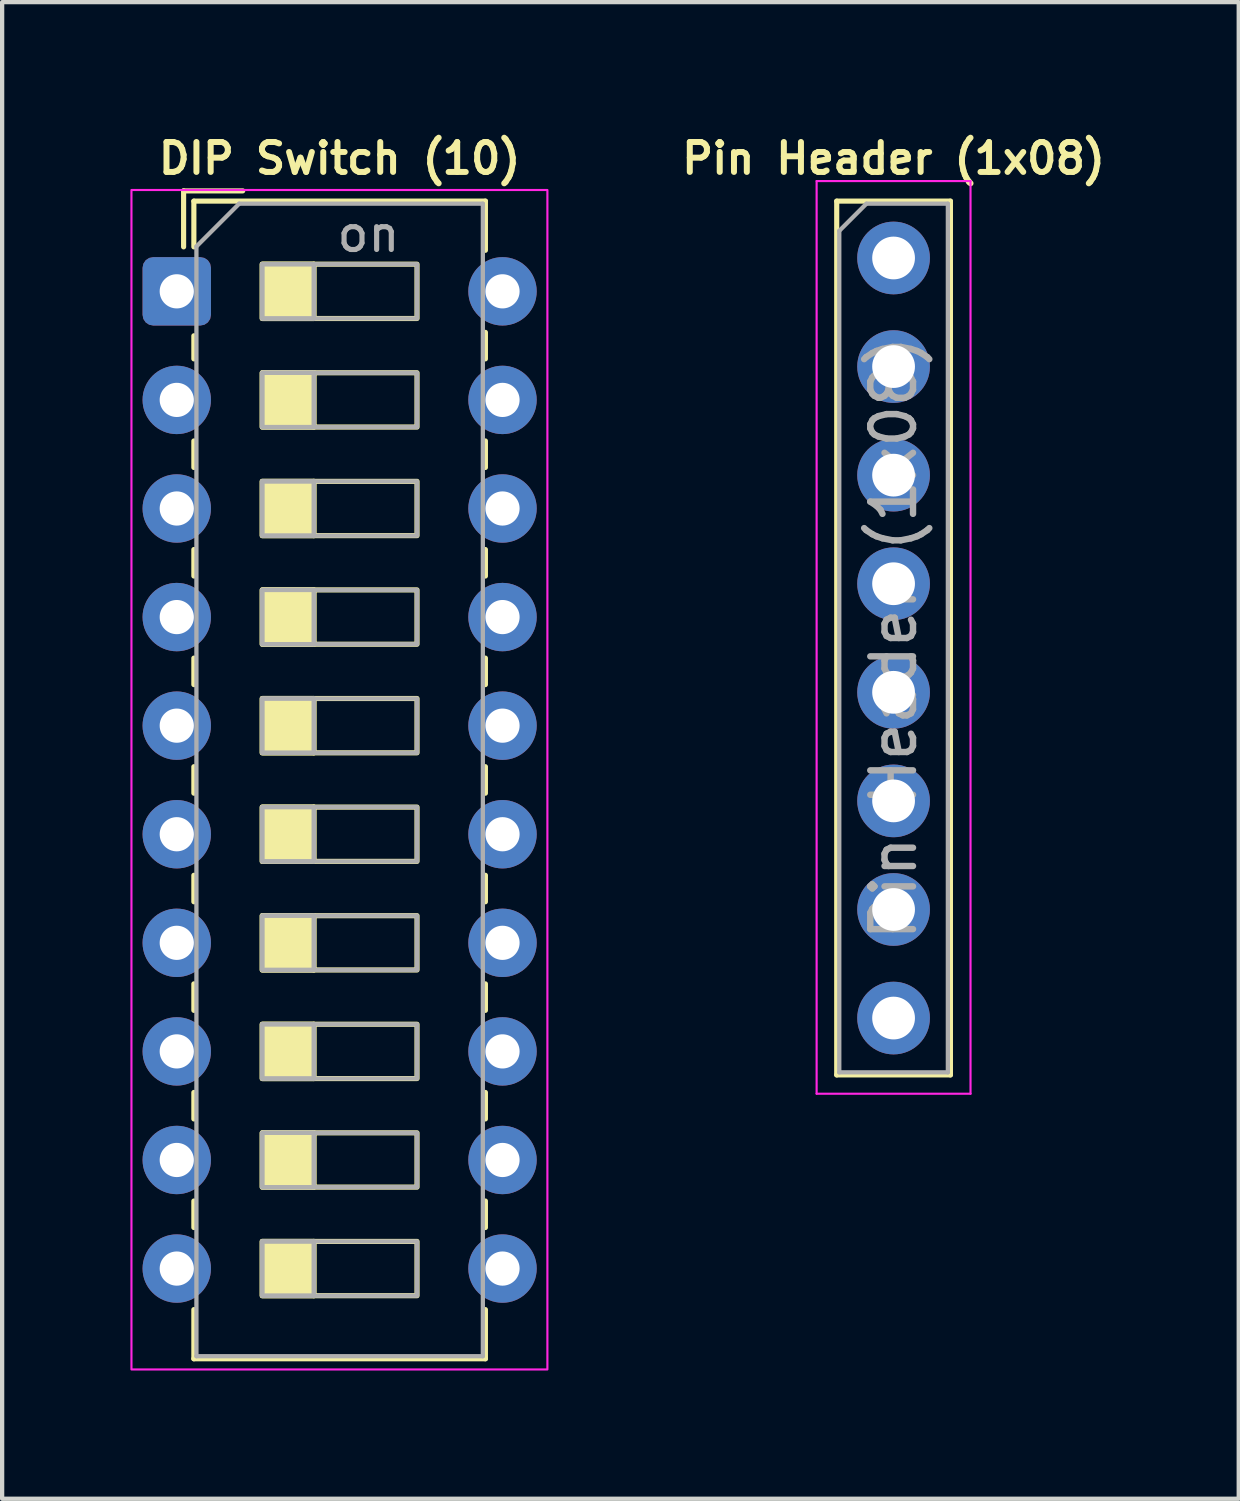
<source format=kicad_pcb>
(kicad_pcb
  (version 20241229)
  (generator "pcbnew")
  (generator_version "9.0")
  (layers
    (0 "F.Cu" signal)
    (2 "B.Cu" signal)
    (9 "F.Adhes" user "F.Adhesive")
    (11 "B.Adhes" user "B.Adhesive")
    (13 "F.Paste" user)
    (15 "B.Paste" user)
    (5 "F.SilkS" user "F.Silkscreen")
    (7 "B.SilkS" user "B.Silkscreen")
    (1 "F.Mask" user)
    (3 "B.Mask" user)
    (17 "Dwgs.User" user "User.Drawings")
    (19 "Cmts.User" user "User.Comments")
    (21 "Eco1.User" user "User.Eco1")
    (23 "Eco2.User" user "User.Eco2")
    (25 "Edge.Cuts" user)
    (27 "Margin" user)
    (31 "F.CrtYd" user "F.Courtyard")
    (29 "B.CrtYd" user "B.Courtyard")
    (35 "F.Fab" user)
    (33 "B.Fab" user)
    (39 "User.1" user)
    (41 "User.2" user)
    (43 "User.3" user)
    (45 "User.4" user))
  (footprint "Pin Header (1x08)"
    (layer "F.Cu")
    (at 17.853 2.985)
    (property "Reference" "Pin Header (1x08)" (at 0 -2.33 0) (layer "F.SilkS") (effects (font (size 0.7 0.7) (thickness 0.14) (bold yes))))
    (attr through_hole)
    (fp_line (start -1.33 -1.33) (end -1.33 19.11) (stroke (width 0.12) (type solid)) (layer "F.SilkS"))
    (fp_line (start -1.33 -1.33) (end 1.33 -1.33) (stroke (width 0.12) (type solid)) (layer "F.SilkS"))
    (fp_line (start -1.33 19.11) (end 1.33 19.11) (stroke (width 0.12) (type solid)) (layer "F.SilkS"))
    (fp_line (start 1.33 -1.33) (end 1.33 19.11) (stroke (width 0.12) (type solid)) (layer "F.SilkS"))
    (fp_line (start -1.8 -1.8) (end -1.8 19.55) (stroke (width 0.05) (type solid)) (layer "F.CrtYd"))
    (fp_line (start -1.8 19.55) (end 1.8 19.55) (stroke (width 0.05) (type solid)) (layer "F.CrtYd"))
    (fp_line (start 1.8 -1.8) (end -1.8 -1.8) (stroke (width 0.05) (type solid)) (layer "F.CrtYd"))
    (fp_line (start 1.8 19.55) (end 1.8 -1.8) (stroke (width 0.05) (type solid)) (layer "F.CrtYd"))
    (fp_line (start -1.27 -0.635) (end -0.635 -1.27) (stroke (width 0.1) (type solid)) (layer "F.Fab"))
    (fp_line (start -1.27 19.05) (end -1.27 -0.635) (stroke (width 0.1) (type solid)) (layer "F.Fab"))
    (fp_line (start -0.635 -1.27) (end 1.27 -1.27) (stroke (width 0.1) (type solid)) (layer "F.Fab"))
    (fp_line (start 1.27 -1.27) (end 1.27 19.05) (stroke (width 0.1) (type solid)) (layer "F.Fab"))
    (fp_line (start 1.27 19.05) (end -1.27 19.05) (stroke (width 0.1) (type solid)) (layer "F.Fab"))
    (fp_text user "${REFERENCE}" (at 0 8.89 90) (layer "F.Fab") (effects (font (size 1 1) (thickness 0.15))))
    (pad "1" thru_hole circle (at 0 0) (size 1.7 1.7) (drill 1) (layers "*.Cu" "*.Mask"))
    (pad "2" thru_hole oval (at 0 2.54) (size 1.7 1.7) (drill 1) (layers "*.Cu" "*.Mask"))
    (pad "3" thru_hole oval (at 0 5.08) (size 1.7 1.7) (drill 1) (layers "*.Cu" "*.Mask"))
    (pad "4" thru_hole oval (at 0 7.62) (size 1.7 1.7) (drill 1) (layers "*.Cu" "*.Mask"))
    (pad "5" thru_hole oval (at 0 10.16) (size 1.7 1.7) (drill 1) (layers "*.Cu" "*.Mask"))
    (pad "6" thru_hole oval (at 0 12.7) (size 1.7 1.7) (drill 1) (layers "*.Cu" "*.Mask"))
    (pad "7" thru_hole oval (at 0 15.24) (size 1.7 1.7) (drill 1) (layers "*.Cu" "*.Mask"))
    (pad "8" thru_hole oval (at 0 17.78) (size 1.7 1.7) (drill 1) (layers "*.Cu" "*.Mask")))
  (footprint "DIP Switch (10)"
    (layer "F.Cu")
    (at 1.085 3.765)
    (property "Reference" "DIP Switch (10)" (at 3.81 -3.11 0) (layer "F.SilkS") (effects (font (size 0.7 0.7) (thickness 0.14) (bold yes))))
    (attr through_hole)
    (fp_line (start 0.16 -2.35) (end 0.16 -1.04) (stroke (width 0.12) (type solid)) (layer "F.SilkS"))
    (fp_line (start 0.16 -2.35) (end 1.543 -2.35) (stroke (width 0.12) (type solid)) (layer "F.SilkS"))
    (fp_line (start 0.4 -2.11) (end 0.4 -1.04) (stroke (width 0.12) (type solid)) (layer "F.SilkS"))
    (fp_line (start 0.4 -2.11) (end 7.22 -2.11) (stroke (width 0.12) (type solid)) (layer "F.SilkS"))
    (fp_line (start 0.4 1.04) (end 0.4 1.58) (stroke (width 0.12) (type solid)) (layer "F.SilkS"))
    (fp_line (start 0.4 3.5) (end 0.4 4.12) (stroke (width 0.12) (type solid)) (layer "F.SilkS"))
    (fp_line (start 0.4 6.04) (end 0.4 6.66) (stroke (width 0.12) (type solid)) (layer "F.SilkS"))
    (fp_line (start 0.4 8.58) (end 0.4 9.2) (stroke (width 0.12) (type solid)) (layer "F.SilkS"))
    (fp_line (start 0.4 11.12) (end 0.4 11.74) (stroke (width 0.12) (type solid)) (layer "F.SilkS"))
    (fp_line (start 0.4 13.66) (end 0.4 14.28) (stroke (width 0.12) (type solid)) (layer "F.SilkS"))
    (fp_line (start 0.4 16.2) (end 0.4 16.82) (stroke (width 0.12) (type solid)) (layer "F.SilkS"))
    (fp_line (start 0.4 18.74) (end 0.4 19.36) (stroke (width 0.12) (type solid)) (layer "F.SilkS"))
    (fp_line (start 0.4 21.28) (end 0.4 21.9) (stroke (width 0.12) (type solid)) (layer "F.SilkS"))
    (fp_line (start 0.4 23.82) (end 0.4 24.97) (stroke (width 0.12) (type solid)) (layer "F.SilkS"))
    (fp_line (start 0.4 24.97) (end 7.22 24.97) (stroke (width 0.12) (type solid)) (layer "F.SilkS"))
    (fp_line (start 3.207 -0.635) (end 3.207 0.635) (stroke (width 0.12) (type solid)) (layer "F.SilkS"))
    (fp_line (start 3.207 1.905) (end 3.207 3.175) (stroke (width 0.12) (type solid)) (layer "F.SilkS"))
    (fp_line (start 3.207 4.445) (end 3.207 5.715) (stroke (width 0.12) (type solid)) (layer "F.SilkS"))
    (fp_line (start 3.207 6.985) (end 3.207 8.255) (stroke (width 0.12) (type solid)) (layer "F.SilkS"))
    (fp_line (start 3.207 9.525) (end 3.207 10.795) (stroke (width 0.12) (type solid)) (layer "F.SilkS"))
    (fp_line (start 3.207 12.065) (end 3.207 13.335) (stroke (width 0.12) (type solid)) (layer "F.SilkS"))
    (fp_line (start 3.207 14.605) (end 3.207 15.875) (stroke (width 0.12) (type solid)) (layer "F.SilkS"))
    (fp_line (start 3.207 17.145) (end 3.207 18.415) (stroke (width 0.12) (type solid)) (layer "F.SilkS"))
    (fp_line (start 3.207 19.685) (end 3.207 20.955) (stroke (width 0.12) (type solid)) (layer "F.SilkS"))
    (fp_line (start 3.207 22.225) (end 3.207 23.495) (stroke (width 0.12) (type solid)) (layer "F.SilkS"))
    (fp_line (start 7.22 -2.11) (end 7.22 -0.96) (stroke (width 0.12) (type solid)) (layer "F.SilkS"))
    (fp_line (start 7.22 0.96) (end 7.22 1.58) (stroke (width 0.12) (type solid)) (layer "F.SilkS"))
    (fp_line (start 7.22 3.5) (end 7.22 4.12) (stroke (width 0.12) (type solid)) (layer "F.SilkS"))
    (fp_line (start 7.22 6.04) (end 7.22 6.66) (stroke (width 0.12) (type solid)) (layer "F.SilkS"))
    (fp_line (start 7.22 8.58) (end 7.22 9.2) (stroke (width 0.12) (type solid)) (layer "F.SilkS"))
    (fp_line (start 7.22 11.12) (end 7.22 11.74) (stroke (width 0.12) (type solid)) (layer "F.SilkS"))
    (fp_line (start 7.22 13.66) (end 7.22 14.28) (stroke (width 0.12) (type solid)) (layer "F.SilkS"))
    (fp_line (start 7.22 16.2) (end 7.22 16.82) (stroke (width 0.12) (type solid)) (layer "F.SilkS"))
    (fp_line (start 7.22 18.74) (end 7.22 19.36) (stroke (width 0.12) (type solid)) (layer "F.SilkS"))
    (fp_line (start 7.22 21.28) (end 7.22 21.9) (stroke (width 0.12) (type solid)) (layer "F.SilkS"))
    (fp_line (start 7.22 23.82) (end 7.22 24.97) (stroke (width 0.12) (type solid)) (layer "F.SilkS"))
    (fp_rect (start 2 -0.635) (end 3.207 0.635) (stroke (width 0.12) (type solid)) (fill yes) (layer "F.SilkS"))
    (fp_rect (start 2 -0.635) (end 5.62 0.635) (stroke (width 0.12) (type solid)) (fill no) (layer "F.SilkS"))
    (fp_rect (start 2 1.905) (end 3.207 3.175) (stroke (width 0.12) (type solid)) (fill yes) (layer "F.SilkS"))
    (fp_rect (start 2 1.905) (end 5.62 3.175) (stroke (width 0.12) (type solid)) (fill no) (layer "F.SilkS"))
    (fp_rect (start 2 4.445) (end 3.207 5.715) (stroke (width 0.12) (type solid)) (fill yes) (layer "F.SilkS"))
    (fp_rect (start 2 4.445) (end 5.62 5.715) (stroke (width 0.12) (type solid)) (fill no) (layer "F.SilkS"))
    (fp_rect (start 2 6.985) (end 3.207 8.255) (stroke (width 0.12) (type solid)) (fill yes) (layer "F.SilkS"))
    (fp_rect (start 2 6.985) (end 5.62 8.255) (stroke (width 0.12) (type solid)) (fill no) (layer "F.SilkS"))
    (fp_rect (start 2 9.525) (end 3.207 10.795) (stroke (width 0.12) (type solid)) (fill yes) (layer "F.SilkS"))
    (fp_rect (start 2 9.525) (end 5.62 10.795) (stroke (width 0.12) (type solid)) (fill no) (layer "F.SilkS"))
    (fp_rect (start 2 12.065) (end 3.207 13.335) (stroke (width 0.12) (type solid)) (fill yes) (layer "F.SilkS"))
    (fp_rect (start 2 12.065) (end 5.62 13.335) (stroke (width 0.12) (type solid)) (fill no) (layer "F.SilkS"))
    (fp_rect (start 2 14.605) (end 3.207 15.875) (stroke (width 0.12) (type solid)) (fill yes) (layer "F.SilkS"))
    (fp_rect (start 2 14.605) (end 5.62 15.875) (stroke (width 0.12) (type solid)) (fill no) (layer "F.SilkS"))
    (fp_rect (start 2 17.145) (end 3.207 18.415) (stroke (width 0.12) (type solid)) (fill yes) (layer "F.SilkS"))
    (fp_rect (start 2 17.145) (end 5.62 18.415) (stroke (width 0.12) (type solid)) (fill no) (layer "F.SilkS"))
    (fp_rect (start 2 19.685) (end 3.207 20.955) (stroke (width 0.12) (type solid)) (fill yes) (layer "F.SilkS"))
    (fp_rect (start 2 19.685) (end 5.62 20.955) (stroke (width 0.12) (type solid)) (fill no) (layer "F.SilkS"))
    (fp_rect (start 2 22.225) (end 3.207 23.495) (stroke (width 0.12) (type solid)) (fill yes) (layer "F.SilkS"))
    (fp_rect (start 2 22.225) (end 5.62 23.495) (stroke (width 0.12) (type solid)) (fill no) (layer "F.SilkS"))
    (fp_rect (start -1.06 -2.37) (end 8.67 25.22) (stroke (width 0.05) (type solid)) (fill no) (layer "F.CrtYd"))
    (fp_line (start 0.46 -1.05) (end 1.46 -2.05) (stroke (width 0.1) (type solid)) (layer "F.Fab"))
    (fp_line (start 0.46 24.91) (end 0.46 -1.05) (stroke (width 0.1) (type solid)) (layer "F.Fab"))
    (fp_line (start 1.46 -2.05) (end 7.16 -2.05) (stroke (width 0.1) (type solid)) (layer "F.Fab"))
    (fp_line (start 3.207 -0.635) (end 3.207 0.635) (stroke (width 0.1) (type solid)) (layer "F.Fab"))
    (fp_line (start 3.207 1.905) (end 3.207 3.175) (stroke (width 0.1) (type solid)) (layer "F.Fab"))
    (fp_line (start 3.207 4.445) (end 3.207 5.715) (stroke (width 0.1) (type solid)) (layer "F.Fab"))
    (fp_line (start 3.207 6.985) (end 3.207 8.255) (stroke (width 0.1) (type solid)) (layer "F.Fab"))
    (fp_line (start 3.207 9.525) (end 3.207 10.795) (stroke (width 0.1) (type solid)) (layer "F.Fab"))
    (fp_line (start 3.207 12.065) (end 3.207 13.335) (stroke (width 0.1) (type solid)) (layer "F.Fab"))
    (fp_line (start 3.207 14.605) (end 3.207 15.875) (stroke (width 0.1) (type solid)) (layer "F.Fab"))
    (fp_line (start 3.207 17.145) (end 3.207 18.415) (stroke (width 0.1) (type solid)) (layer "F.Fab"))
    (fp_line (start 3.207 19.685) (end 3.207 20.955) (stroke (width 0.1) (type solid)) (layer "F.Fab"))
    (fp_line (start 3.207 22.225) (end 3.207 23.495) (stroke (width 0.1) (type solid)) (layer "F.Fab"))
    (fp_line (start 7.16 -2.05) (end 7.16 24.91) (stroke (width 0.1) (type solid)) (layer "F.Fab"))
    (fp_line (start 7.16 24.91) (end 0.46 24.91) (stroke (width 0.1) (type solid)) (layer "F.Fab"))
    (fp_rect (start 2 -0.635) (end 3.207 0.635) (stroke (width 0.1) (type solid)) (fill no) (layer "F.Fab"))
    (fp_rect (start 2 -0.635) (end 5.62 0.635) (stroke (width 0.1) (type solid)) (fill no) (layer "F.Fab"))
    (fp_rect (start 2 1.905) (end 3.207 3.175) (stroke (width 0.1) (type solid)) (fill no) (layer "F.Fab"))
    (fp_rect (start 2 1.905) (end 5.62 3.175) (stroke (width 0.1) (type solid)) (fill no) (layer "F.Fab"))
    (fp_rect (start 2 4.445) (end 3.207 5.715) (stroke (width 0.1) (type solid)) (fill no) (layer "F.Fab"))
    (fp_rect (start 2 4.445) (end 5.62 5.715) (stroke (width 0.1) (type solid)) (fill no) (layer "F.Fab"))
    (fp_rect (start 2 6.985) (end 3.207 8.255) (stroke (width 0.1) (type solid)) (fill no) (layer "F.Fab"))
    (fp_rect (start 2 6.985) (end 5.62 8.255) (stroke (width 0.1) (type solid)) (fill no) (layer "F.Fab"))
    (fp_rect (start 2 9.525) (end 3.207 10.795) (stroke (width 0.1) (type solid)) (fill no) (layer "F.Fab"))
    (fp_rect (start 2 9.525) (end 5.62 10.795) (stroke (width 0.1) (type solid)) (fill no) (layer "F.Fab"))
    (fp_rect (start 2 12.065) (end 3.207 13.335) (stroke (width 0.1) (type solid)) (fill no) (layer "F.Fab"))
    (fp_rect (start 2 12.065) (end 5.62 13.335) (stroke (width 0.1) (type solid)) (fill no) (layer "F.Fab"))
    (fp_rect (start 2 14.605) (end 3.207 15.875) (stroke (width 0.1) (type solid)) (fill no) (layer "F.Fab"))
    (fp_rect (start 2 14.605) (end 5.62 15.875) (stroke (width 0.1) (type solid)) (fill no) (layer "F.Fab"))
    (fp_rect (start 2 17.145) (end 3.207 18.415) (stroke (width 0.1) (type solid)) (fill no) (layer "F.Fab"))
    (fp_rect (start 2 17.145) (end 5.62 18.415) (stroke (width 0.1) (type solid)) (fill no) (layer "F.Fab"))
    (fp_rect (start 2 19.685) (end 3.207 20.955) (stroke (width 0.1) (type solid)) (fill no) (layer "F.Fab"))
    (fp_rect (start 2 19.685) (end 5.62 20.955) (stroke (width 0.1) (type solid)) (fill no) (layer "F.Fab"))
    (fp_rect (start 2 22.225) (end 3.207 23.495) (stroke (width 0.1) (type solid)) (fill no) (layer "F.Fab"))
    (fp_rect (start 2 22.225) (end 5.62 23.495) (stroke (width 0.1) (type solid)) (fill no) (layer "F.Fab"))
    (fp_text user "on" (at 4.485 -1.343 0) (layer "F.Fab") (effects (font (size 0.8 0.8) (thickness 0.12))))
    (pad "1" thru_hole roundrect (at 0 0) (size 1.6 1.6) (drill 0.8) (layers "*.Cu" "*.Mask") (roundrect_rratio 0.156))
    (pad "2" thru_hole circle (at 0 2.54) (size 1.6 1.6) (drill 0.8) (layers "*.Cu" "*.Mask"))
    (pad "3" thru_hole circle (at 0 5.08) (size 1.6 1.6) (drill 0.8) (layers "*.Cu" "*.Mask"))
    (pad "4" thru_hole circle (at 0 7.62) (size 1.6 1.6) (drill 0.8) (layers "*.Cu" "*.Mask"))
    (pad "5" thru_hole circle (at 0 10.16) (size 1.6 1.6) (drill 0.8) (layers "*.Cu" "*.Mask"))
    (pad "6" thru_hole circle (at 0 12.7) (size 1.6 1.6) (drill 0.8) (layers "*.Cu" "*.Mask"))
    (pad "7" thru_hole circle (at 0 15.24) (size 1.6 1.6) (drill 0.8) (layers "*.Cu" "*.Mask"))
    (pad "8" thru_hole circle (at 0 17.78) (size 1.6 1.6) (drill 0.8) (layers "*.Cu" "*.Mask"))
    (pad "9" thru_hole circle (at 0 20.32) (size 1.6 1.6) (drill 0.8) (layers "*.Cu" "*.Mask"))
    (pad "10" thru_hole circle (at 0 22.86) (size 1.6 1.6) (drill 0.8) (layers "*.Cu" "*.Mask"))
    (pad "11" thru_hole circle (at 7.62 22.86) (size 1.6 1.6) (drill 0.8) (layers "*.Cu" "*.Mask"))
    (pad "12" thru_hole circle (at 7.62 20.32) (size 1.6 1.6) (drill 0.8) (layers "*.Cu" "*.Mask"))
    (pad "13" thru_hole circle (at 7.62 17.78) (size 1.6 1.6) (drill 0.8) (layers "*.Cu" "*.Mask"))
    (pad "14" thru_hole circle (at 7.62 15.24) (size 1.6 1.6) (drill 0.8) (layers "*.Cu" "*.Mask"))
    (pad "15" thru_hole circle (at 7.62 12.7) (size 1.6 1.6) (drill 0.8) (layers "*.Cu" "*.Mask"))
    (pad "16" thru_hole circle (at 7.62 10.16) (size 1.6 1.6) (drill 0.8) (layers "*.Cu" "*.Mask"))
    (pad "17" thru_hole circle (at 7.62 7.62) (size 1.6 1.6) (drill 0.8) (layers "*.Cu" "*.Mask"))
    (pad "18" thru_hole circle (at 7.62 5.08) (size 1.6 1.6) (drill 0.8) (layers "*.Cu" "*.Mask"))
    (pad "19" thru_hole circle (at 7.62 2.54) (size 1.6 1.6) (drill 0.8) (layers "*.Cu" "*.Mask"))
    (pad "20" thru_hole circle (at 7.62 0) (size 1.6 1.6) (drill 0.8) (layers "*.Cu" "*.Mask")))
  (gr_rect
    (start -3 -3)
    (end 25.927 32.01)
    (stroke (width 0.1) (type default))
    (fill no)
    (layer "Edge.Cuts")))
</source>
